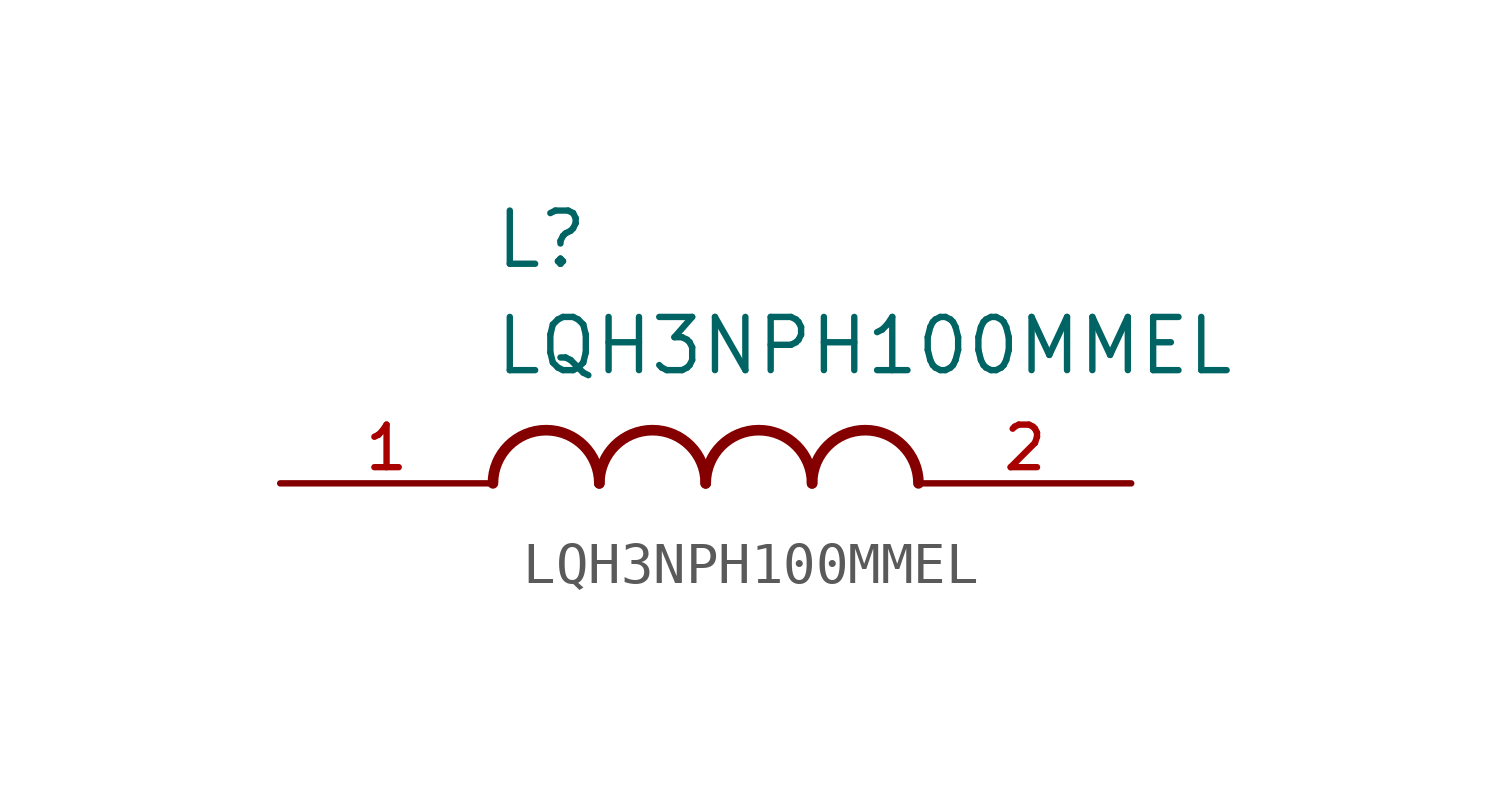
<source format=kicad_sym>
(kicad_symbol_lib
  (version 20211014)
  (generator kicad_symbol_editor)
  (symbol "LQH3NPH100MMEL"
    (pin_names
      (offset 1.016))
    (property "Reference" "L"
      (at -5.08 5.08 0)
      (effects (font (size 1.27 1.27)) (justify bottom left)))
    (property "Value" "LQH3NPH100MMEL"
      (at -5.08 2.54 0)
      (effects (font (size 1.27 1.27)) (justify bottom left)))
    (symbol "LQH3NPH100MMEL_0_0"
      (arc (start -2.54 0.0) (mid -3.81 1.27) (end -5.08 0.0) (stroke (width 0.254) (type default) (color 0 0 0 0)) (fill (type none)))
      (arc (start 0.0 0.0) (mid -1.27 1.27) (end -2.54 0.0) (stroke (width 0.254) (type default) (color 0 0 0 0)) (fill (type none)))
      (arc (start 2.54 0.0) (mid 1.27 1.27) (end 0.0 0.0) (stroke (width 0.254) (type default) (color 0 0 0 0)) (fill (type none)))
      (arc (start 5.08 0.0) (mid 3.81 1.27) (end 2.54 0.0) (stroke (width 0.254) (type default) (color 0 0 0 0)) (fill (type none)))
      (pin passive line (at -10.16 0.0 0) (length 5.08) (name "~" (effects (font (size 1.016 1.016)))) (number "1" (effects (font (size 1.016 1.016)))))
      (pin passive line (at 10.16 0.0 180.0) (length 5.08) (name "~" (effects (font (size 1.016 1.016)))) (number "2" (effects (font (size 1.016 1.016))))))))
</source>
